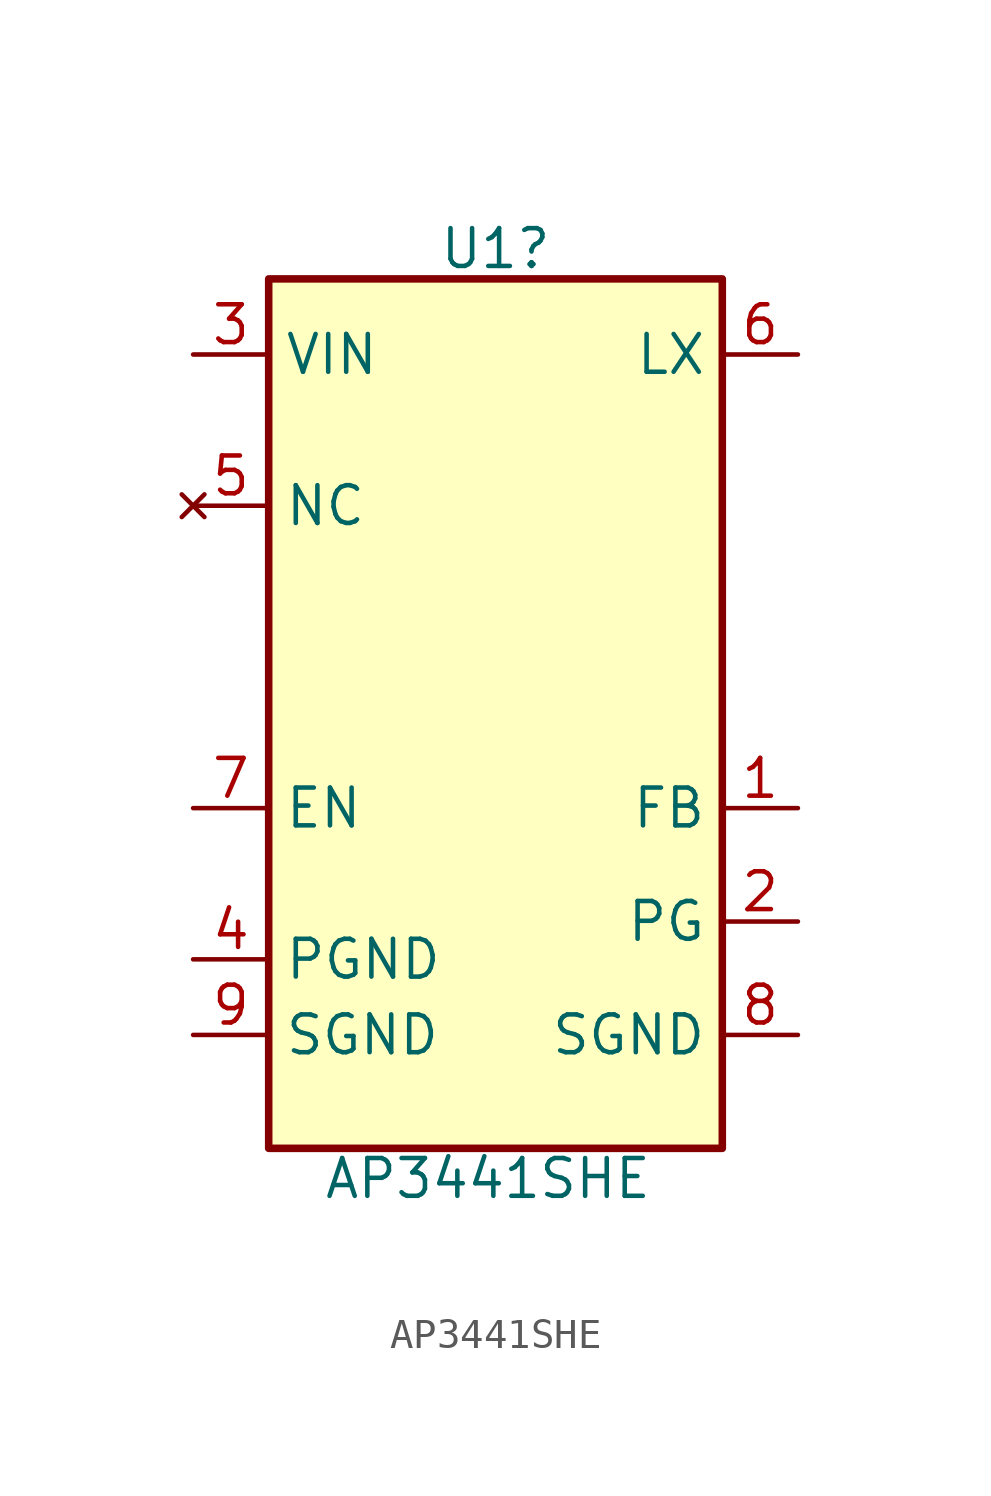
<source format=kicad_sym>
(kicad_symbol_lib
  (version 20231120)
  (generator "kicad_symbol_editor")
  (generator_version "8.0")
  (symbol "AP3441SHE"
    (property "Reference" "U1"
      (at 0 13.716 0)
      (effects (font (size 1.27 1.27))))
    (property "Value" "AP3441SHE"
      (at -0.254 -17.526 0)
      (effects (font (size 1.27 1.27))))
    (property "MFR#" ""
      (at 0 0 0)
      (effects (font (size 1.27 1.27))))
    (symbol "AP3441SHE_1_1"
      (rectangle (start -7.62 12.7) (end 7.62 -16.51) (stroke (width 0.254) (type default)) (fill (type background)))
      (pin input line (at 10.16 -5.08 180) (length 2.54) (name "FB" (effects (font (size 1.27 1.27)))) (number "1" (effects (font (size 1.27 1.27)))))
      (pin open_collector line (at 10.16 -8.89 180) (length 2.54) (name "PG" (effects (font (size 1.27 1.27)))) (number "2" (effects (font (size 1.27 1.27)))))
      (pin power_in line (at -10.16 10.16 0) (length 2.54) (name "VIN" (effects (font (size 1.27 1.27)))) (number "3" (effects (font (size 1.27 1.27)))))
      (pin power_in line (at -10.16 -10.16 0) (length 2.54) (name "PGND" (effects (font (size 1.27 1.27)))) (number "4" (effects (font (size 1.27 1.27)))))
      (pin no_connect line (at -10.16 5.08 0) (length 2.54) (name "NC" (effects (font (size 1.27 1.27)))) (number "5" (effects (font (size 1.27 1.27)))))
      (pin power_out line (at 10.16 10.16 180) (length 2.54) (name "LX" (effects (font (size 1.27 1.27)))) (number "6" (effects (font (size 1.27 1.27)))))
      (pin input line (at -10.16 -5.08 0) (length 2.54) (name "EN" (effects (font (size 1.27 1.27)))) (number "7" (effects (font (size 1.27 1.27)))))
      (pin power_in line (at 10.16 -12.7 180) (length 2.54) (name "SGND" (effects (font (size 1.27 1.27)))) (number "8" (effects (font (size 1.27 1.27)))))
      (pin passive line (at -10.16 -12.7 0) (length 2.54) (name "SGND" (effects (font (size 1.27 1.27)))) (number "9" (effects (font (size 1.27 1.27))))))))
</source>
